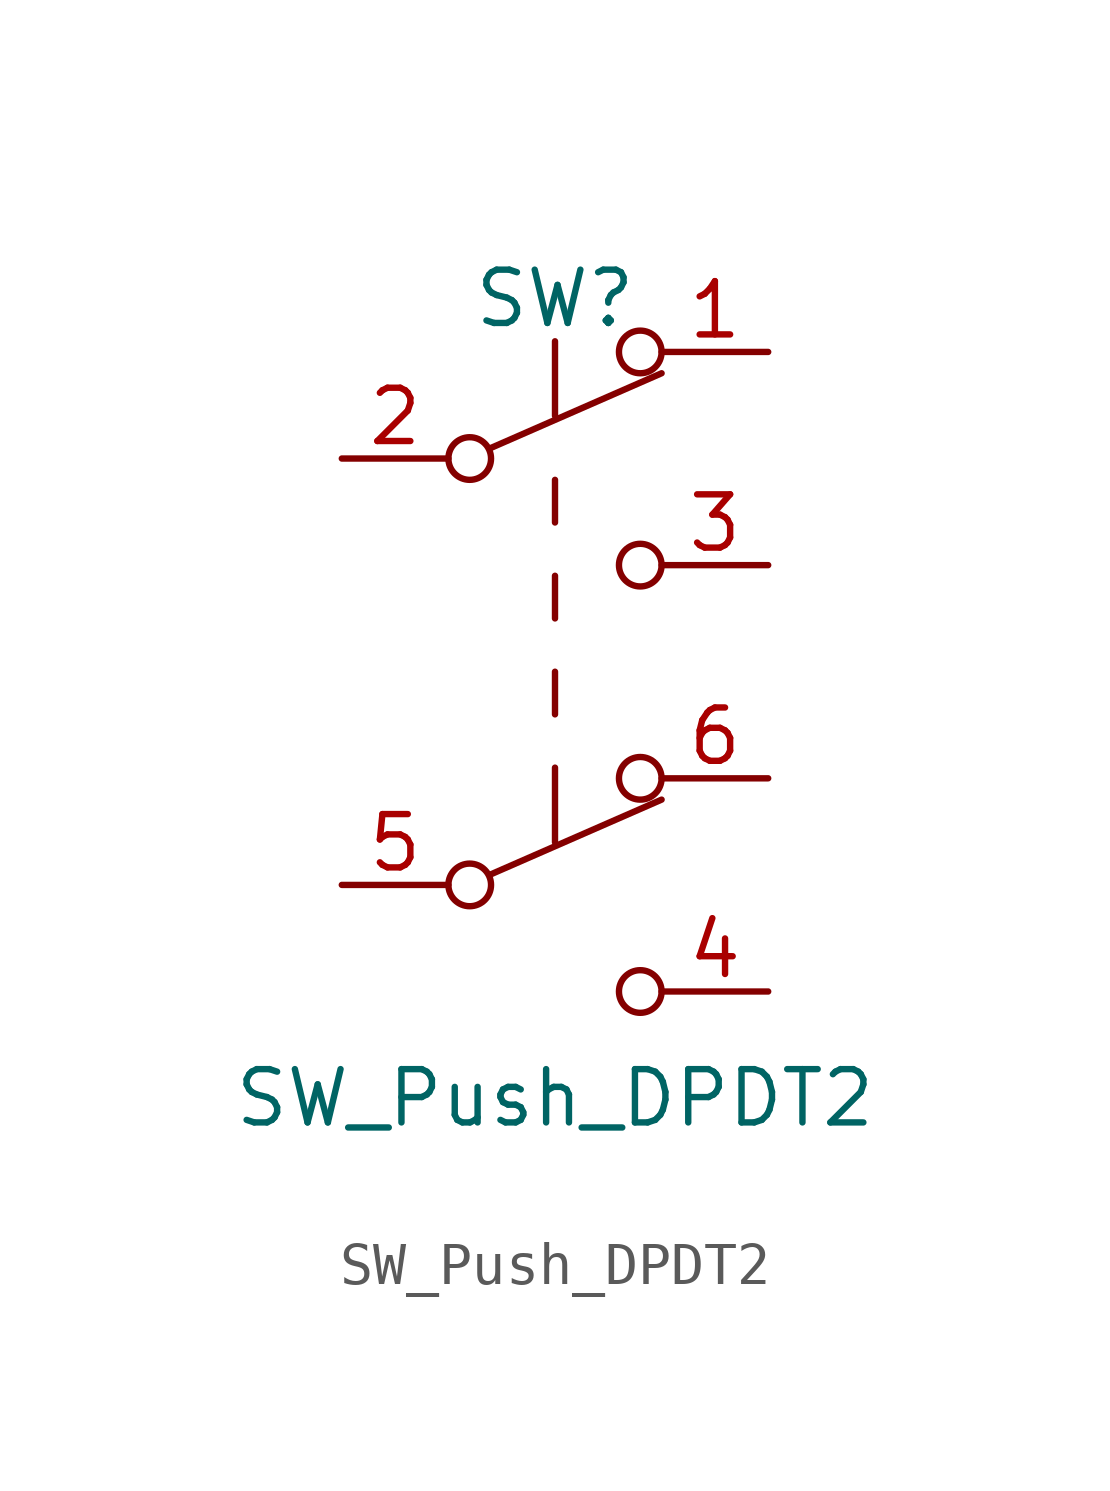
<source format=kicad_sym>
(kicad_symbol_lib
  (version 20211014)
  (generator kicad_symbol_editor)
  (symbol "SW_Push_DPDT2"
    (pin_names
      (offset 0) hide)
    (property "Reference" "SW"
      (at 0 8.89 0)
      (effects (font (size 1.27 1.27))))
    (property "Value" "SW_Push_DPDT2"
      (at 0 -10.16 0)
      (effects (font (size 1.27 1.27))))
    (symbol "SW_Push_DPDT2_0_0"
      (circle (center -2.032 -5.08) (radius 0.508) (stroke (width 0) (type default) (color 0 0 0 0)) (fill (type none)))
      (circle (center -2.032 5.08) (radius 0.508) (stroke (width 0) (type default) (color 0 0 0 0)) (fill (type none)))
      (circle (center 2.032 -7.62) (radius 0.508) (stroke (width 0) (type default) (color 0 0 0 0)) (fill (type none)))
      (circle (center 2.032 2.54) (radius 0.508) (stroke (width 0) (type default) (color 0 0 0 0)) (fill (type none))))
    (symbol "SW_Push_DPDT2_0_1"
      (polyline (pts (xy -1.524 -4.826) (xy 2.54 -3.048)) (stroke (width 0) (type default) (color 0 0 0 0)) (fill (type none)))
      (polyline (pts (xy -1.524 5.334) (xy 2.54 7.112)) (stroke (width 0) (type default) (color 0 0 0 0)) (fill (type none)))
      (polyline (pts (xy 0 -2.286) (xy 0 -4.064)) (stroke (width 0) (type default) (color 0 0 0 0)) (fill (type none)))
      (polyline (pts (xy 0 -1.016) (xy 0 0)) (stroke (width 0) (type default) (color 0 0 0 0)) (fill (type none)))
      (polyline (pts (xy 0 1.27) (xy 0 2.286)) (stroke (width 0) (type default) (color 0 0 0 0)) (fill (type none)))
      (polyline (pts (xy 0 3.556) (xy 0 4.572)) (stroke (width 0) (type default) (color 0 0 0 0)) (fill (type none)))
      (polyline (pts (xy 0 7.874) (xy 0 6.096)) (stroke (width 0) (type default) (color 0 0 0 0)) (fill (type none)))
      (circle (center 2.032 -2.54) (radius 0.508) (stroke (width 0) (type default) (color 0 0 0 0)) (fill (type none)))
      (circle (center 2.032 7.62) (radius 0.508) (stroke (width 0) (type default) (color 0 0 0 0)) (fill (type none))))
    (symbol "SW_Push_DPDT2_1_1"
      (pin passive line (at 5.08 7.62 180) (length 2.54) (name "A" (effects (font (size 1.27 1.27)))) (number "1" (effects (font (size 1.27 1.27)))))
      (pin passive line (at -5.08 5.08 0) (length 2.54) (name "B" (effects (font (size 1.27 1.27)))) (number "2" (effects (font (size 1.27 1.27)))))
      (pin passive line (at 5.08 2.54 180) (length 2.54) (name "C" (effects (font (size 1.27 1.27)))) (number "3" (effects (font (size 1.27 1.27)))))
      (pin passive line (at 5.08 -7.62 180) (length 2.54) (name "C" (effects (font (size 1.27 1.27)))) (number "4" (effects (font (size 1.27 1.27)))))
      (pin passive line (at -5.08 -5.08 0) (length 2.54) (name "B" (effects (font (size 1.27 1.27)))) (number "5" (effects (font (size 1.27 1.27)))))
      (pin passive line (at 5.08 -2.54 180) (length 2.54) (name "A" (effects (font (size 1.27 1.27)))) (number "6" (effects (font (size 1.27 1.27))))))))
</source>
